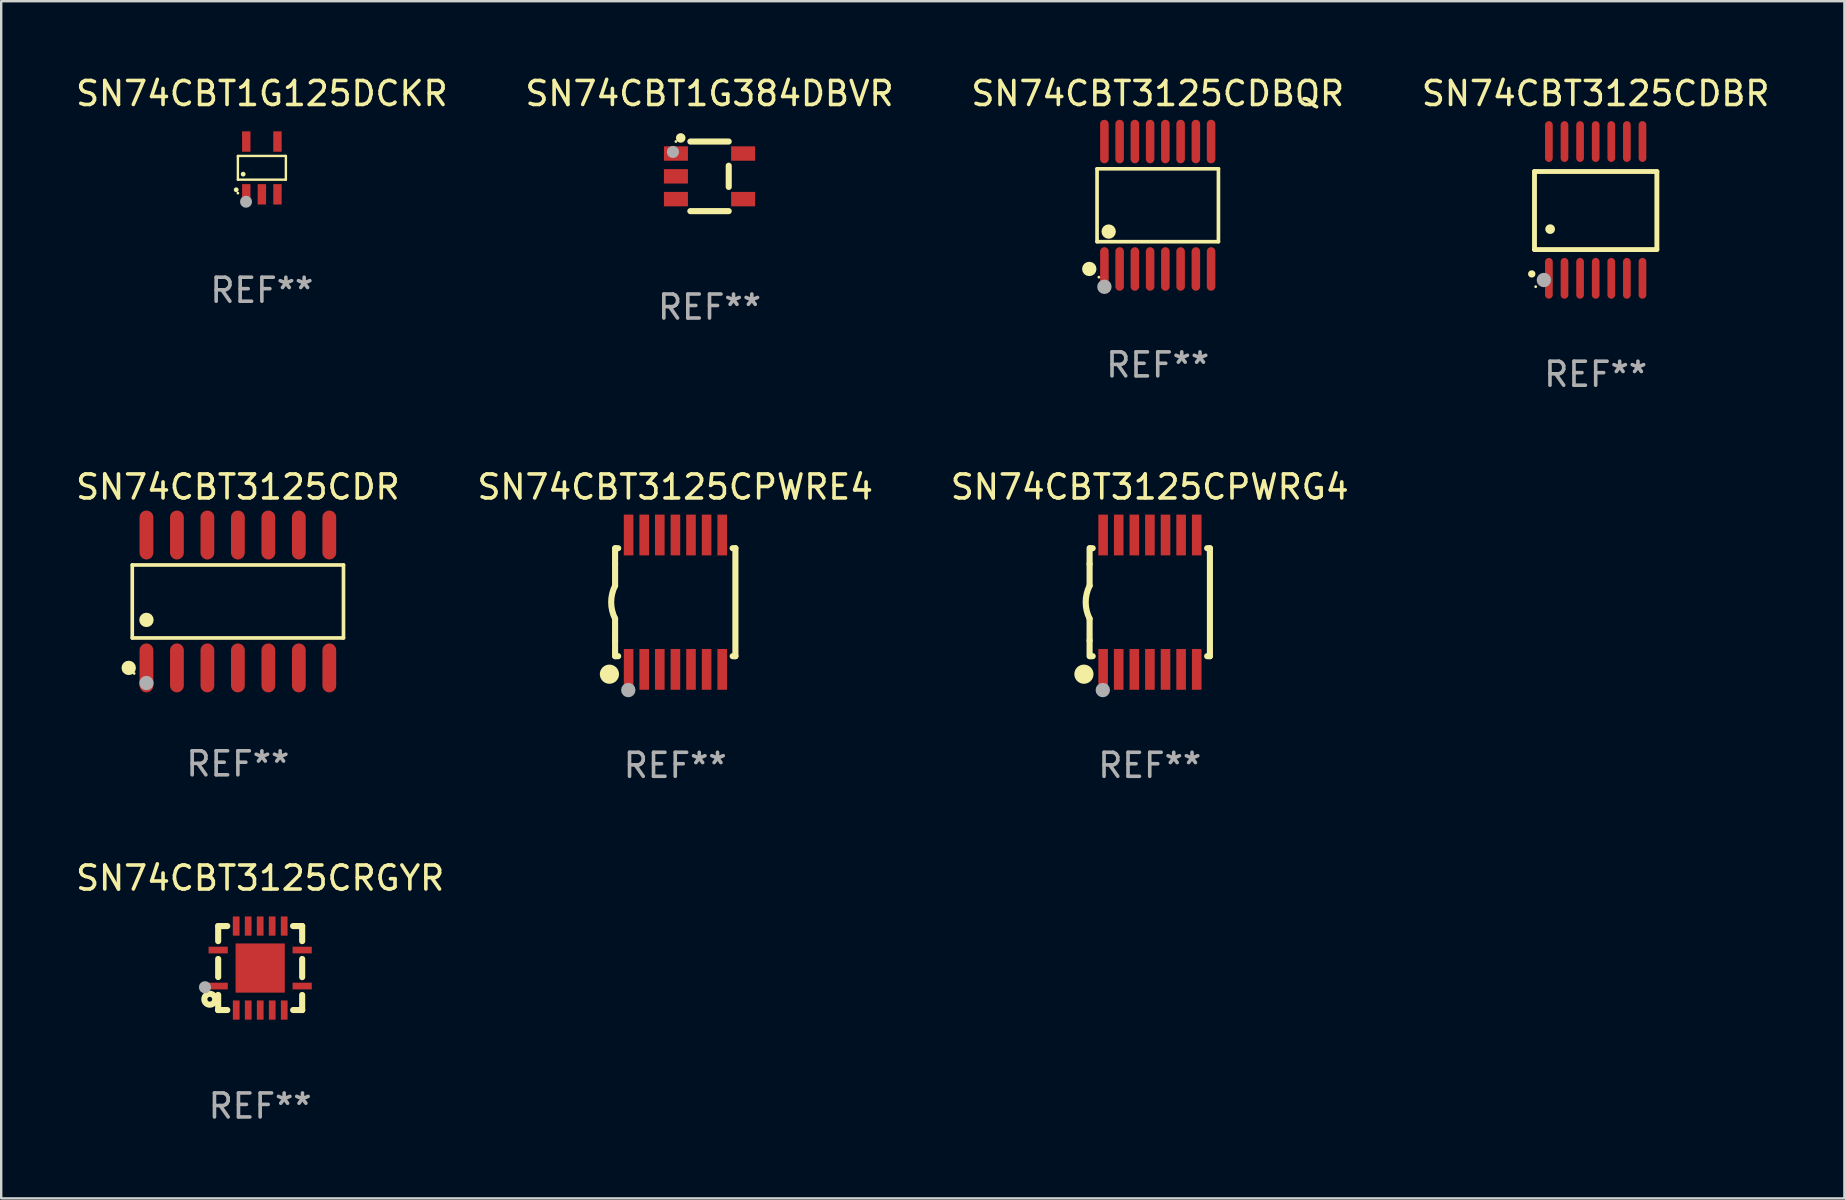
<source format=kicad_pcb>
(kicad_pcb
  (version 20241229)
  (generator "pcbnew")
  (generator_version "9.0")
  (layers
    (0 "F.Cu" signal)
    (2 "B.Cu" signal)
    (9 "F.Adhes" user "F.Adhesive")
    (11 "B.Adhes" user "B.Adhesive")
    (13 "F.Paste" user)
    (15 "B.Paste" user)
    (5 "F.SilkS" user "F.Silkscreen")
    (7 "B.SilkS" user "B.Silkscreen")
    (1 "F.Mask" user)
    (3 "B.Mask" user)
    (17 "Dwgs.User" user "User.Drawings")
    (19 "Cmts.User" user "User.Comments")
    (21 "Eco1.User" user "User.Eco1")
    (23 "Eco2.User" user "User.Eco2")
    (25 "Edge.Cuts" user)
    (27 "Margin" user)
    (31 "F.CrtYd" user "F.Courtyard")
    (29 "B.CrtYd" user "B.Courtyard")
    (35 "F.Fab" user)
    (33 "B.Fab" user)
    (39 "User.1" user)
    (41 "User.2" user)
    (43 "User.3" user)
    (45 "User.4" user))
  (footprint "SN74CBT3125CPWRE4"
    (layer "F.Cu")
    (at 25.089 22.045)
    (property "Reference" "SN74CBT3125CPWRE4" (at 0 -4.8 0) (layer "F.SilkS") (effects (font (size 1 1) (thickness 0.15))))
    (attr through_hole)
    (fp_line (start -2.507 -1.6) (end -2.507 -2.25) (stroke (width 0.254) (type solid)) (layer "F.SilkS"))
    (fp_line (start -2.507 -0.686) (end -2.507 -1.6) (stroke (width 0.254) (type solid)) (layer "F.SilkS"))
    (fp_line (start -2.507 1.6) (end -2.507 0.686) (stroke (width 0.254) (type solid)) (layer "F.SilkS"))
    (fp_line (start -2.507 1.6) (end -2.507 2.25) (stroke (width 0.254) (type solid)) (layer "F.SilkS"))
    (fp_line (start -2.493 -2.25) (end -2.377 -2.25) (stroke (width 0.254) (type solid)) (layer "F.SilkS"))
    (fp_line (start -2.377 2.25) (end -2.493 2.25) (stroke (width 0.254) (type solid)) (layer "F.SilkS"))
    (fp_line (start 2.392 -2.25) (end 2.507 -2.25) (stroke (width 0.254) (type solid)) (layer "F.SilkS"))
    (fp_line (start 2.507 -2.25) (end 2.507 2.25) (stroke (width 0.254) (type solid)) (layer "F.SilkS"))
    (fp_line (start 2.507 2.25) (end 2.392 2.25) (stroke (width 0.254) (type solid)) (layer "F.SilkS"))
    (fp_arc (start -2.507303 0.685802) (mid -2.669199 0) (end -2.507303 -0.685801) (stroke (width 0.254001) (type solid)) (layer "F.SilkS"))
    (fp_circle (center -2.743 3) (end -2.543 3) (stroke (width 0.4) (type solid)) (fill no) (layer "F.SilkS"))
    (fp_circle (center -2.493 3.2) (end -2.463 3.2) (stroke (width 0.06) (type solid)) (fill no) (layer "F.SilkS"))
    (fp_circle (center -1.957 3.662) (end -1.807 3.662) (stroke (width 0.3) (type solid)) (fill no) (layer "F.Fab"))
    (fp_text user "REF**" (at 0 6.8 0) (layer "F.Fab") (effects (font (size 1 1) (thickness 0.15))))
    (pad "1" smd rect (at -1.943 2.8) (size 0.4 1.7) (layers "F.Cu" "F.Mask" "F.Paste"))
    (pad "2" smd rect (at -1.293 2.8) (size 0.4 1.7) (layers "F.Cu" "F.Mask" "F.Paste"))
    (pad "3" smd rect (at -0.643 2.8) (size 0.4 1.7) (layers "F.Cu" "F.Mask" "F.Paste"))
    (pad "4" smd rect (at 0.007 2.8) (size 0.4 1.7) (layers "F.Cu" "F.Mask" "F.Paste"))
    (pad "5" smd rect (at 0.657 2.8) (size 0.4 1.7) (layers "F.Cu" "F.Mask" "F.Paste"))
    (pad "6" smd rect (at 1.307 2.8) (size 0.4 1.7) (layers "F.Cu" "F.Mask" "F.Paste"))
    (pad "7" smd rect (at 1.957 2.8) (size 0.4 1.7) (layers "F.Cu" "F.Mask" "F.Paste"))
    (pad "8" smd rect (at 1.957 -2.8) (size 0.4 1.7) (layers "F.Cu" "F.Mask" "F.Paste"))
    (pad "9" smd rect (at 1.307 -2.8) (size 0.4 1.7) (layers "F.Cu" "F.Mask" "F.Paste"))
    (pad "10" smd rect (at 0.657 -2.8) (size 0.4 1.7) (layers "F.Cu" "F.Mask" "F.Paste"))
    (pad "11" smd rect (at 0.007 -2.8) (size 0.4 1.7) (layers "F.Cu" "F.Mask" "F.Paste"))
    (pad "12" smd rect (at -0.643 -2.8) (size 0.4 1.7) (layers "F.Cu" "F.Mask" "F.Paste"))
    (pad "13" smd rect (at -1.293 -2.8) (size 0.4 1.7) (layers "F.Cu" "F.Mask" "F.Paste"))
    (pad "14" smd rect (at -1.943 -2.8) (size 0.4 1.7) (layers "F.Cu" "F.Mask" "F.Paste")))
  (footprint "SN74CBT3125CDR"
    (layer "F.Cu")
    (at 6.863 22.014)
    (property "Reference" "SN74CBT3125CDR" (at 0 -4.769 0) (layer "F.SilkS") (effects (font (size 1 1) (thickness 0.15))))
    (attr through_hole)
    (fp_line (start -4.401 -1.521) (end 4.401 -1.521) (stroke (width 0.152) (type solid)) (layer "F.SilkS"))
    (fp_line (start -4.401 1.521) (end -4.401 -1.521) (stroke (width 0.152) (type solid)) (layer "F.SilkS"))
    (fp_line (start 4.401 -1.521) (end 4.401 1.521) (stroke (width 0.152) (type solid)) (layer "F.SilkS"))
    (fp_line (start 4.401 1.521) (end -4.401 1.521) (stroke (width 0.152) (type solid)) (layer "F.SilkS"))
    (fp_circle (center -4.549 2.769) (end -4.399 2.769) (stroke (width 0.3) (type solid)) (fill no) (layer "F.SilkS"))
    (fp_circle (center -4.325 3) (end -4.295 3) (stroke (width 0.06) (type solid)) (fill no) (layer "F.SilkS"))
    (fp_circle (center -3.81 0.769) (end -3.66 0.769) (stroke (width 0.3) (type solid)) (fill no) (layer "F.SilkS"))
    (fp_circle (center -3.81 3.4) (end -3.66 3.4) (stroke (width 0.3) (type solid)) (fill no) (layer "F.Fab"))
    (fp_text user "REF**" (at 0 6.769 0) (layer "F.Fab") (effects (font (size 1 1) (thickness 0.15))))
    (pad "1" smd oval (at -3.81 2.769) (size 0.574 2.038) (layers "F.Cu" "F.Mask" "F.Paste"))
    (pad "2" smd oval (at -2.54 2.769) (size 0.574 2.038) (layers "F.Cu" "F.Mask" "F.Paste"))
    (pad "3" smd oval (at -1.27 2.769) (size 0.574 2.038) (layers "F.Cu" "F.Mask" "F.Paste"))
    (pad "4" smd oval (at 0 2.769) (size 0.574 2.038) (layers "F.Cu" "F.Mask" "F.Paste"))
    (pad "5" smd oval (at 1.27 2.769) (size 0.574 2.038) (layers "F.Cu" "F.Mask" "F.Paste"))
    (pad "6" smd oval (at 2.54 2.769) (size 0.574 2.038) (layers "F.Cu" "F.Mask" "F.Paste"))
    (pad "7" smd oval (at 3.81 2.769) (size 0.574 2.038) (layers "F.Cu" "F.Mask" "F.Paste"))
    (pad "8" smd oval (at 3.81 -2.769) (size 0.574 2.038) (layers "F.Cu" "F.Mask" "F.Paste"))
    (pad "9" smd oval (at 2.54 -2.769) (size 0.574 2.038) (layers "F.Cu" "F.Mask" "F.Paste"))
    (pad "10" smd oval (at 1.27 -2.769) (size 0.574 2.038) (layers "F.Cu" "F.Mask" "F.Paste"))
    (pad "11" smd oval (at 0 -2.769) (size 0.574 2.038) (layers "F.Cu" "F.Mask" "F.Paste"))
    (pad "12" smd oval (at -1.27 -2.769) (size 0.574 2.038) (layers "F.Cu" "F.Mask" "F.Paste"))
    (pad "13" smd oval (at -2.54 -2.769) (size 0.574 2.038) (layers "F.Cu" "F.Mask" "F.Paste"))
    (pad "14" smd oval (at -3.81 -2.769) (size 0.574 2.038) (layers "F.Cu" "F.Mask" "F.Paste")))
  (footprint "SN74CBT3125CDBR"
    (layer "F.Cu")
    (at 63.446 5.698)
    (property "Reference" "SN74CBT3125CDBR" (at 0 -4.85 0) (layer "F.SilkS") (effects (font (size 1 1) (thickness 0.15))))
    (attr through_hole)
    (fp_line (start -2.55 -1.6) (end 2.55 -1.6) (stroke (width 0.203) (type solid)) (layer "F.SilkS"))
    (fp_line (start -2.55 1.651) (end -2.55 -1.6) (stroke (width 0.203) (type solid)) (layer "F.SilkS"))
    (fp_line (start 2.55 -1.6) (end 2.55 1.651) (stroke (width 0.203) (type solid)) (layer "F.SilkS"))
    (fp_line (start 2.55 1.651) (end -2.55 1.651) (stroke (width 0.203) (type solid)) (layer "F.SilkS"))
    (fp_arc (start -2.667005 2.667005) (mid -2.663677 2.667046) (end -2.66035 2.667157) (stroke (width 0.3) (type solid)) (layer "F.SilkS"))
    (fp_arc (start -1.9 0.8) (mid -1.897803 0.800014) (end -1.895606 0.800051) (stroke (width 0.4) (type solid)) (layer "F.SilkS"))
    (fp_circle (center -2.5 3.2) (end -2.47 3.2) (stroke (width 0.06) (type solid)) (fill no) (layer "F.SilkS"))
    (fp_circle (center -2.159 2.921) (end -2.009 2.921) (stroke (width 0.3) (type solid)) (fill no) (layer "F.Fab"))
    (fp_text user "REF**" (at 0 6.85 0) (layer "F.Fab") (effects (font (size 1 1) (thickness 0.15))))
    (pad "1" smd oval (at -1.95 2.85 180) (size 0.32 1.7) (layers "F.Cu" "F.Mask" "F.Paste"))
    (pad "2" smd oval (at -1.3 2.85 180) (size 0.32 1.7) (layers "F.Cu" "F.Mask" "F.Paste"))
    (pad "3" smd oval (at -0.65 2.85 180) (size 0.32 1.7) (layers "F.Cu" "F.Mask" "F.Paste"))
    (pad "4" smd oval (at 0 2.85 180) (size 0.32 1.7) (layers "F.Cu" "F.Mask" "F.Paste"))
    (pad "5" smd oval (at 0.65 2.85 180) (size 0.32 1.7) (layers "F.Cu" "F.Mask" "F.Paste"))
    (pad "6" smd oval (at 1.3 2.85 180) (size 0.32 1.7) (layers "F.Cu" "F.Mask" "F.Paste"))
    (pad "7" smd oval (at 1.95 2.85 180) (size 0.32 1.7) (layers "F.Cu" "F.Mask" "F.Paste"))
    (pad "8" smd oval (at 1.95 -2.85 180) (size 0.32 1.7) (layers "F.Cu" "F.Mask" "F.Paste"))
    (pad "9" smd oval (at 1.3 -2.85 180) (size 0.32 1.7) (layers "F.Cu" "F.Mask" "F.Paste"))
    (pad "10" smd oval (at 0.65 -2.85 180) (size 0.32 1.7) (layers "F.Cu" "F.Mask" "F.Paste"))
    (pad "11" smd oval (at 0 -2.85 180) (size 0.32 1.7) (layers "F.Cu" "F.Mask" "F.Paste"))
    (pad "12" smd oval (at -0.65 -2.85 180) (size 0.32 1.7) (layers "F.Cu" "F.Mask" "F.Paste"))
    (pad "13" smd oval (at -1.3 -2.85 180) (size 0.32 1.7) (layers "F.Cu" "F.Mask" "F.Paste"))
    (pad "14" smd oval (at -1.95 -2.85 180) (size 0.32 1.7) (layers "F.Cu" "F.Mask" "F.Paste")))
  (footprint "SN74CBT1G125DCKR"
    (layer "F.Cu")
    (at 7.863 3.948)
    (property "Reference" "SN74CBT1G125DCKR" (at 0 -3.1 0) (layer "F.SilkS") (effects (font (size 1 1) (thickness 0.15))))
    (attr through_hole)
    (fp_line (start -1 -0.5) (end -1 0.49) (stroke (width 0.1) (type solid)) (layer "F.SilkS"))
    (fp_line (start -1 0.49) (end 1 0.49) (stroke (width 0.1) (type solid)) (layer "F.SilkS"))
    (fp_line (start 0.99 -0.5) (end -1 -0.5) (stroke (width 0.1) (type solid)) (layer "F.SilkS"))
    (fp_line (start 1 -0.49) (end 0.99 -0.5) (stroke (width 0.1) (type solid)) (layer "F.SilkS"))
    (fp_line (start 1 0.49) (end 1 -0.49) (stroke (width 0.1) (type solid)) (layer "F.SilkS"))
    (fp_circle (center -1.07 0.91) (end -1.02 0.91) (stroke (width 0.1) (type solid)) (fill no) (layer "F.SilkS"))
    (fp_circle (center -1 1.05) (end -0.97 1.05) (stroke (width 0.06) (type solid)) (fill no) (layer "F.SilkS"))
    (fp_circle (center -0.78 0.26) (end -0.73 0.26) (stroke (width 0.1) (type solid)) (fill no) (layer "F.SilkS"))
    (fp_circle (center -0.66 1.41) (end -0.535 1.41) (stroke (width 0.25) (type solid)) (fill no) (layer "F.Fab"))
    (fp_text user "REF**" (at 0 5.1 0) (layer "F.Fab") (effects (font (size 1 1) (thickness 0.15))))
    (pad "1" smd rect (at -0.65 1.1) (size 0.35 0.85) (layers "F.Cu" "F.Mask" "F.Paste"))
    (pad "2" smd rect (at 0.000051 1.1) (size 0.35 0.85) (layers "F.Cu" "F.Mask" "F.Paste"))
    (pad "3" smd rect (at 0.65 1.1) (size 0.35 0.85) (layers "F.Cu" "F.Mask" "F.Paste"))
    (pad "4" smd rect (at 0.65 -1.1) (size 0.35 0.85) (layers "F.Cu" "F.Mask" "F.Paste"))
    (pad "5" smd rect (at -0.65 -1.1) (size 0.35 0.85) (layers "F.Cu" "F.Mask" "F.Paste")))
  (footprint "SN74CBT3125CPWRG4"
    (layer "F.Cu")
    (at 44.863 22.045)
    (property "Reference" "SN74CBT3125CPWRG4" (at 0 -4.8 0) (layer "F.SilkS") (effects (font (size 1 1) (thickness 0.15))))
    (attr through_hole)
    (fp_line (start -2.507 -1.6) (end -2.507 -2.25) (stroke (width 0.254) (type solid)) (layer "F.SilkS"))
    (fp_line (start -2.507 -0.686) (end -2.507 -1.6) (stroke (width 0.254) (type solid)) (layer "F.SilkS"))
    (fp_line (start -2.507 1.6) (end -2.507 0.686) (stroke (width 0.254) (type solid)) (layer "F.SilkS"))
    (fp_line (start -2.507 1.6) (end -2.507 2.25) (stroke (width 0.254) (type solid)) (layer "F.SilkS"))
    (fp_line (start -2.493 -2.25) (end -2.377 -2.25) (stroke (width 0.254) (type solid)) (layer "F.SilkS"))
    (fp_line (start -2.377 2.25) (end -2.493 2.25) (stroke (width 0.254) (type solid)) (layer "F.SilkS"))
    (fp_line (start 2.392 -2.25) (end 2.507 -2.25) (stroke (width 0.254) (type solid)) (layer "F.SilkS"))
    (fp_line (start 2.507 -2.25) (end 2.507 2.25) (stroke (width 0.254) (type solid)) (layer "F.SilkS"))
    (fp_line (start 2.507 2.25) (end 2.392 2.25) (stroke (width 0.254) (type solid)) (layer "F.SilkS"))
    (fp_arc (start -2.507303 0.685802) (mid -2.669199 0) (end -2.507303 -0.685801) (stroke (width 0.254001) (type solid)) (layer "F.SilkS"))
    (fp_circle (center -2.743 3) (end -2.543 3) (stroke (width 0.4) (type solid)) (fill no) (layer "F.SilkS"))
    (fp_circle (center -2.493 3.2) (end -2.463 3.2) (stroke (width 0.06) (type solid)) (fill no) (layer "F.SilkS"))
    (fp_circle (center -1.957 3.662) (end -1.807 3.662) (stroke (width 0.3) (type solid)) (fill no) (layer "F.Fab"))
    (fp_text user "REF**" (at 0 6.8 0) (layer "F.Fab") (effects (font (size 1 1) (thickness 0.15))))
    (pad "1" smd rect (at -1.943 2.8) (size 0.4 1.7) (layers "F.Cu" "F.Mask" "F.Paste"))
    (pad "2" smd rect (at -1.293 2.8) (size 0.4 1.7) (layers "F.Cu" "F.Mask" "F.Paste"))
    (pad "3" smd rect (at -0.643 2.8) (size 0.4 1.7) (layers "F.Cu" "F.Mask" "F.Paste"))
    (pad "4" smd rect (at 0.007 2.8) (size 0.4 1.7) (layers "F.Cu" "F.Mask" "F.Paste"))
    (pad "5" smd rect (at 0.657 2.8) (size 0.4 1.7) (layers "F.Cu" "F.Mask" "F.Paste"))
    (pad "6" smd rect (at 1.307 2.8) (size 0.4 1.7) (layers "F.Cu" "F.Mask" "F.Paste"))
    (pad "7" smd rect (at 1.957 2.8) (size 0.4 1.7) (layers "F.Cu" "F.Mask" "F.Paste"))
    (pad "8" smd rect (at 1.957 -2.8) (size 0.4 1.7) (layers "F.Cu" "F.Mask" "F.Paste"))
    (pad "9" smd rect (at 1.307 -2.8) (size 0.4 1.7) (layers "F.Cu" "F.Mask" "F.Paste"))
    (pad "10" smd rect (at 0.657 -2.8) (size 0.4 1.7) (layers "F.Cu" "F.Mask" "F.Paste"))
    (pad "11" smd rect (at 0.007 -2.8) (size 0.4 1.7) (layers "F.Cu" "F.Mask" "F.Paste"))
    (pad "12" smd rect (at -0.643 -2.8) (size 0.4 1.7) (layers "F.Cu" "F.Mask" "F.Paste"))
    (pad "13" smd rect (at -1.293 -2.8) (size 0.4 1.7) (layers "F.Cu" "F.Mask" "F.Paste"))
    (pad "14" smd rect (at -1.943 -2.8) (size 0.4 1.7) (layers "F.Cu" "F.Mask" "F.Paste")))
  (footprint "SN74CBT3125CDBQR"
    (layer "F.Cu")
    (at 45.196 5.503)
    (property "Reference" "SN74CBT3125CDBQR" (at 0 -4.655 0) (layer "F.SilkS") (effects (font (size 1 1) (thickness 0.15))))
    (attr through_hole)
    (fp_line (start -2.529 -1.519) (end 2.529 -1.519) (stroke (width 0.152) (type solid)) (layer "F.SilkS"))
    (fp_line (start -2.529 1.519) (end -2.529 -1.519) (stroke (width 0.152) (type solid)) (layer "F.SilkS"))
    (fp_line (start 2.529 -1.519) (end 2.529 1.519) (stroke (width 0.152) (type solid)) (layer "F.SilkS"))
    (fp_line (start 2.529 1.519) (end -2.529 1.519) (stroke (width 0.152) (type solid)) (layer "F.SilkS"))
    (fp_circle (center -2.853 2.655) (end -2.703 2.655) (stroke (width 0.3) (type solid)) (fill no) (layer "F.SilkS"))
    (fp_circle (center -2.453 2.998) (end -2.423 2.998) (stroke (width 0.06) (type solid)) (fill no) (layer "F.SilkS"))
    (fp_circle (center -2.045 1.097) (end -1.895 1.097) (stroke (width 0.3) (type solid)) (fill no) (layer "F.SilkS"))
    (fp_circle (center -2.223 3.398) (end -2.072 3.398) (stroke (width 0.3) (type solid)) (fill no) (layer "F.Fab"))
    (fp_text user "REF**" (at 0 6.655 0) (layer "F.Fab") (effects (font (size 1 1) (thickness 0.15))))
    (pad "1" smd oval (at -2.223 2.655) (size 0.356 1.815) (layers "F.Cu" "F.Mask" "F.Paste"))
    (pad "2" smd oval (at -1.588 2.655) (size 0.356 1.815) (layers "F.Cu" "F.Mask" "F.Paste"))
    (pad "3" smd oval (at -0.953 2.655) (size 0.356 1.815) (layers "F.Cu" "F.Mask" "F.Paste"))
    (pad "4" smd oval (at -0.318 2.655) (size 0.356 1.815) (layers "F.Cu" "F.Mask" "F.Paste"))
    (pad "5" smd oval (at 0.318 2.655) (size 0.356 1.815) (layers "F.Cu" "F.Mask" "F.Paste"))
    (pad "6" smd oval (at 0.953 2.655) (size 0.356 1.815) (layers "F.Cu" "F.Mask" "F.Paste"))
    (pad "7" smd oval (at 1.588 2.655) (size 0.356 1.815) (layers "F.Cu" "F.Mask" "F.Paste"))
    (pad "8" smd oval (at 2.223 2.655) (size 0.356 1.815) (layers "F.Cu" "F.Mask" "F.Paste"))
    (pad "9" smd oval (at 2.223 -2.655) (size 0.356 1.815) (layers "F.Cu" "F.Mask" "F.Paste"))
    (pad "10" smd oval (at 1.588 -2.655) (size 0.356 1.815) (layers "F.Cu" "F.Mask" "F.Paste"))
    (pad "11" smd oval (at 0.953 -2.655) (size 0.356 1.815) (layers "F.Cu" "F.Mask" "F.Paste"))
    (pad "12" smd oval (at 0.318 -2.655) (size 0.356 1.815) (layers "F.Cu" "F.Mask" "F.Paste"))
    (pad "13" smd oval (at -0.318 -2.655) (size 0.356 1.815) (layers "F.Cu" "F.Mask" "F.Paste"))
    (pad "14" smd oval (at -0.953 -2.655) (size 0.356 1.815) (layers "F.Cu" "F.Mask" "F.Paste"))
    (pad "15" smd oval (at -1.588 -2.655) (size 0.356 1.815) (layers "F.Cu" "F.Mask" "F.Paste"))
    (pad "16" smd oval (at -2.223 -2.655) (size 0.356 1.815) (layers "F.Cu" "F.Mask" "F.Paste")))
  (footprint "SN74CBT1G384DBVR"
    (layer "F.Cu")
    (at 26.518 4.298)
    (property "Reference" "SN74CBT1G384DBVR" (at 0 -3.45 0) (layer "F.SilkS") (effects (font (size 1 1) (thickness 0.15))))
    (attr through_hole)
    (fp_line (start 0.8 -1.45) (end -0.8 -1.45) (stroke (width 0.254) (type solid)) (layer "F.SilkS"))
    (fp_line (start 0.8 -0.442) (end 0.8 0.442) (stroke (width 0.254) (type solid)) (layer "F.SilkS"))
    (fp_line (start 0.8 1.45) (end -0.8 1.45) (stroke (width 0.254) (type solid)) (layer "F.SilkS"))
    (fp_circle (center -1.4 -1.45) (end -1.37 -1.45) (stroke (width 0.06) (type solid)) (fill no) (layer "F.SilkS"))
    (fp_circle (center -1.2 -1.6) (end -1.1 -1.6) (stroke (width 0.2) (type solid)) (fill no) (layer "F.SilkS"))
    (fp_circle (center -1.524 -1.016) (end -1.397 -1.016) (stroke (width 0.254) (type solid)) (fill no) (layer "F.Fab"))
    (fp_text user "REF**" (at 0 5.45 0) (layer "F.Fab") (effects (font (size 1 1) (thickness 0.15))))
    (pad "1" smd rect (at -1.4 -0.95 180) (size 1 0.6) (layers "F.Cu" "F.Mask" "F.Paste"))
    (pad "2" smd rect (at -1.4 0.000114 180) (size 1 0.6) (layers "F.Cu" "F.Mask" "F.Paste"))
    (pad "3" smd rect (at -1.4 0.95 180) (size 1 0.6) (layers "F.Cu" "F.Mask" "F.Paste"))
    (pad "4" smd rect (at 1.4 0.95) (size 1 0.6) (layers "F.Cu" "F.Mask" "F.Paste"))
    (pad "5" smd rect (at 1.4 -0.95) (size 1 0.6) (layers "F.Cu" "F.Mask" "F.Paste")))
  (footprint "SN74CBT3125CRGYR"
    (layer "F.Cu")
    (at 7.792 37.291)
    (property "Reference" "SN74CBT3125CRGYR" (at 0 -3.75 0) (layer "F.SilkS") (effects (font (size 1 1) (thickness 0.15))))
    (attr through_hole)
    (fp_line (start -1.75 1.75) (end -1.37 1.75) (stroke (width 0.254) (type solid)) (layer "F.SilkS"))
    (fp_line (start -1.75 -1.75) (end -1.75 -1.121) (stroke (width 0.254) (type solid)) (layer "F.SilkS"))
    (fp_line (start -1.75 -0.379) (end -1.75 0.377) (stroke (width 0.254) (type solid)) (layer "F.SilkS"))
    (fp_line (start -1.75 1.119) (end -1.75 1.75) (stroke (width 0.254) (type solid)) (layer "F.SilkS"))
    (fp_line (start -1.75 1.75) (end -1.75 1.75) (stroke (width 0.254) (type solid)) (layer "F.SilkS"))
    (fp_line (start -1.371 -1.75) (end -1.75 -1.75) (stroke (width 0.254) (type solid)) (layer "F.SilkS"))
    (fp_line (start 1.373 1.75) (end 1.75 1.75) (stroke (width 0.254) (type solid)) (layer "F.SilkS"))
    (fp_line (start 1.75 1.75) (end 1.75 1.75) (stroke (width 0.254) (type solid)) (layer "F.SilkS"))
    (fp_line (start 1.75 -1.75) (end 1.371 -1.75) (stroke (width 0.254) (type solid)) (layer "F.SilkS"))
    (fp_line (start 1.75 -1.121) (end 1.75 -1.75) (stroke (width 0.254) (type solid)) (layer "F.SilkS"))
    (fp_line (start 1.75 0.379) (end 1.75 -0.379) (stroke (width 0.254) (type solid)) (layer "F.SilkS"))
    (fp_line (start 1.75 1.75) (end 1.75 1.121) (stroke (width 0.254) (type solid)) (layer "F.SilkS"))
    (fp_circle (center -2.1 1.3) (end -2 1.3) (stroke (width 0.254) (type solid)) (fill no) (layer "F.SilkS"))
    (fp_circle (center -1.747 1.751) (end -1.717 1.751) (stroke (width 0.06) (type solid)) (fill no) (layer "F.SilkS"))
    (fp_circle (center -2.3 0.8) (end -2.173 0.8) (stroke (width 0.254) (type solid)) (fill no) (layer "F.Fab"))
    (fp_text user "REF**" (at 0 5.75 0) (layer "F.Fab") (effects (font (size 1 1) (thickness 0.15))))
    (pad "1" smd rect (at -1.75 0.75 270) (size 0.28 0.8) (layers "F.Cu" "F.Mask" "F.Paste"))
    (pad "2" smd rect (at -0.998 1.75 180) (size 0.28 0.8) (layers "F.Cu" "F.Mask" "F.Paste"))
    (pad "3" smd rect (at -0.498 1.75 180) (size 0.28 0.8) (layers "F.Cu" "F.Mask" "F.Paste"))
    (pad "4" smd rect (at 0.002 1.75 180) (size 0.28 0.8) (layers "F.Cu" "F.Mask" "F.Paste"))
    (pad "5" smd rect (at 0.502 1.75 180) (size 0.28 0.8) (layers "F.Cu" "F.Mask" "F.Paste"))
    (pad "6" smd rect (at 1.002 1.75 180) (size 0.28 0.8) (layers "F.Cu" "F.Mask" "F.Paste"))
    (pad "7" smd rect (at 1.75 0.75 270) (size 0.28 0.8) (layers "F.Cu" "F.Mask" "F.Paste"))
    (pad "8" smd rect (at 1.75 -0.75 270) (size 0.28 0.8) (layers "F.Cu" "F.Mask" "F.Paste"))
    (pad "9" smd rect (at 1 -1.75) (size 0.28 0.8) (layers "F.Cu" "F.Mask" "F.Paste"))
    (pad "10" smd rect (at 0.5 -1.75) (size 0.28 0.8) (layers "F.Cu" "F.Mask" "F.Paste"))
    (pad "11" smd rect (at 0 -1.75) (size 0.28 0.8) (layers "F.Cu" "F.Mask" "F.Paste"))
    (pad "12" smd rect (at -0.5 -1.75) (size 0.28 0.8) (layers "F.Cu" "F.Mask" "F.Paste"))
    (pad "13" smd rect (at -1 -1.75) (size 0.28 0.8) (layers "F.Cu" "F.Mask" "F.Paste"))
    (pad "14" smd rect (at -1.75 -0.75 90) (size 0.28 0.8) (layers "F.Cu" "F.Mask" "F.Paste"))
    (pad "15" smd rect (at 0 0 180) (size 2.05 2.05) (layers "F.Cu" "F.Mask" "F.Paste")))
  (gr_rect
    (start -3 -3)
    (end 73.81 46.89)
    (stroke (width 0.1) (type default))
    (fill no)
    (layer "Edge.Cuts")))
</source>
